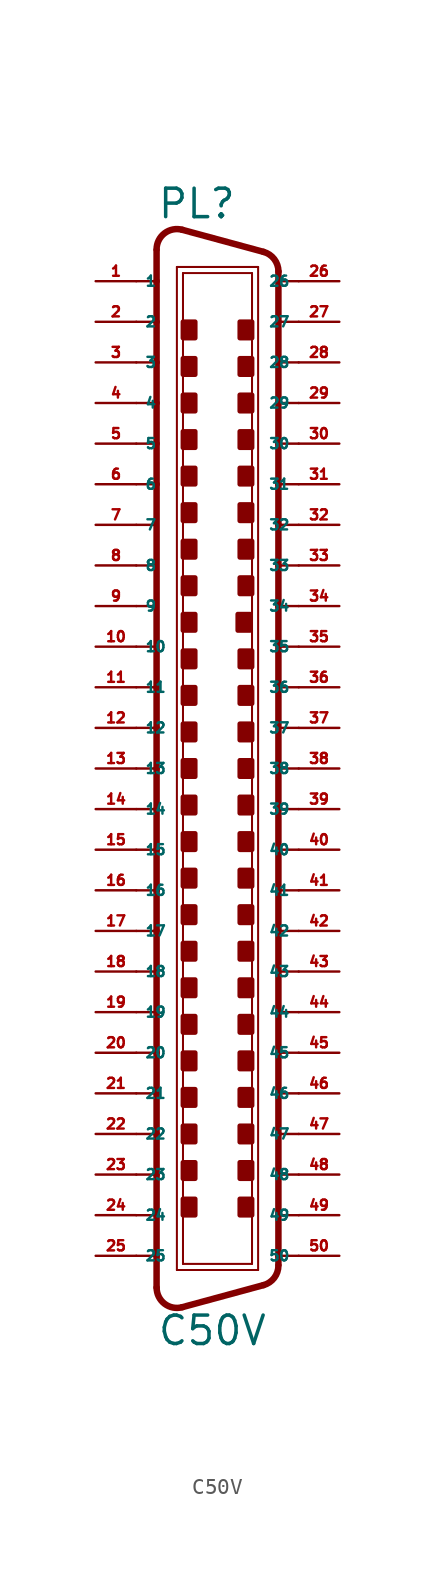
<source format=kicad_sym>
(kicad_symbol_lib
  (version 20220914)
  (generator Eagle2Kicad)
  (symbol "C50V"
    (property "Reference" "PL"
      (at -3.81 34.29 0)
      (effects (font (size 1.778 1.778) (thickness 0.22)) (justify left bottom)))
    (property "Value" "C50V"
      (at -3.81 -36.195 0)
      (effects (font (size 1.778 1.778) (thickness 0.22)) (justify left bottom)))
    (polyline
      (pts (xy -2.54 31.369) (xy 2.54 31.369))
      (stroke (width 0.127) (type default))
      (fill (type none)))
    (polyline
      (pts (xy -2.54 -31.369) (xy 2.54 -31.369))
      (stroke (width 0.127) (type default))
      (fill (type none)))
    (polyline
      (pts (xy -2.159 30.988) (xy 2.159 30.988))
      (stroke (width 0.127) (type default))
      (fill (type none)))
    (polyline
      (pts (xy 2.159 -30.988) (xy -2.159 -30.988))
      (stroke (width 0.127) (type default))
      (fill (type none)))
    (polyline
      (pts (xy 2.873 32.315) (xy -2.207 33.695))
      (stroke (width 0.406) (type default))
      (fill (type none)))
    (polyline
      (pts (xy 2.873 -32.315) (xy -2.207 -33.695))
      (stroke (width 0.406) (type default))
      (fill (type none)))
    (polyline
      (pts (xy -2.54 -31.369) (xy -2.54 31.369))
      (stroke (width 0.127) (type default))
      (fill (type none)))
    (polyline
      (pts (xy -3.81 32.424) (xy -3.81 30.48))
      (stroke (width 0.406) (type default))
      (fill (type none)))
    (polyline
      (pts (xy -3.81 30.48) (xy -3.81 27.94))
      (stroke (width 0.406) (type default))
      (fill (type none)))
    (polyline
      (pts (xy -3.81 27.94) (xy -3.81 25.4))
      (stroke (width 0.406) (type default))
      (fill (type none)))
    (polyline
      (pts (xy -3.81 25.4) (xy -3.81 22.86))
      (stroke (width 0.406) (type default))
      (fill (type none)))
    (polyline
      (pts (xy -3.81 22.86) (xy -3.81 20.32))
      (stroke (width 0.406) (type default))
      (fill (type none)))
    (polyline
      (pts (xy -3.81 20.32) (xy -3.81 17.78))
      (stroke (width 0.406) (type default))
      (fill (type none)))
    (polyline
      (pts (xy -3.81 17.78) (xy -3.81 5.08))
      (stroke (width 0.406) (type default))
      (fill (type none)))
    (polyline
      (pts (xy -3.81 5.08) (xy -3.81 2.54))
      (stroke (width 0.406) (type default))
      (fill (type none)))
    (polyline
      (pts (xy -3.81 2.54) (xy -3.81 0))
      (stroke (width 0.406) (type default))
      (fill (type none)))
    (polyline
      (pts (xy -3.81 0) (xy -3.81 -2.54))
      (stroke (width 0.406) (type default))
      (fill (type none)))
    (polyline
      (pts (xy -3.81 -2.54) (xy -3.81 -5.08))
      (stroke (width 0.406) (type default))
      (fill (type none)))
    (polyline
      (pts (xy -3.81 -5.08) (xy -3.81 -7.62))
      (stroke (width 0.406) (type default))
      (fill (type none)))
    (polyline
      (pts (xy -3.81 -7.62) (xy -3.81 -10.16))
      (stroke (width 0.406) (type default))
      (fill (type none)))
    (polyline
      (pts (xy -3.81 -10.16) (xy -3.81 -17.78))
      (stroke (width 0.406) (type default))
      (fill (type none)))
    (polyline
      (pts (xy -3.81 -17.78) (xy -3.81 -20.32))
      (stroke (width 0.406) (type default))
      (fill (type none)))
    (polyline
      (pts (xy -3.81 -20.32) (xy -3.81 -22.86))
      (stroke (width 0.406) (type default))
      (fill (type none)))
    (polyline
      (pts (xy -3.81 -22.86) (xy -3.81 -25.4))
      (stroke (width 0.406) (type default))
      (fill (type none)))
    (polyline
      (pts (xy -3.81 -25.4) (xy -3.81 -27.94))
      (stroke (width 0.406) (type default))
      (fill (type none)))
    (polyline
      (pts (xy -3.81 -27.94) (xy -3.81 -30.48))
      (stroke (width 0.406) (type default))
      (fill (type none)))
    (polyline
      (pts (xy -3.81 -30.48) (xy -3.81 -32.47))
      (stroke (width 0.406) (type default))
      (fill (type none)))
    (arc
      (start -3.81 -32.4698)
      (mid -3.311 -33.479)
      (end -2.207 -33.6954)
      (stroke (width 0.4064) (type default))
      (fill (type none)))
    (arc
      (start -2.207 33.6953)
      (mid -3.311 33.479)
      (end -3.81 32.4698)
      (stroke (width 0.4064) (type default))
      (fill (type none)))
    (polyline
      (pts (xy -2.159 -30.988) (xy -2.159 30.988))
      (stroke (width 0.127) (type default))
      (fill (type none)))
    (polyline
      (pts (xy 2.54 -31.369) (xy 2.54 31.369))
      (stroke (width 0.127) (type default))
      (fill (type none)))
    (polyline
      (pts (xy 3.81 -31.044) (xy 3.81 -30.48))
      (stroke (width 0.406) (type default))
      (fill (type none)))
    (polyline
      (pts (xy 3.81 -30.48) (xy 3.81 -27.94))
      (stroke (width 0.406) (type default))
      (fill (type none)))
    (polyline
      (pts (xy 3.81 -27.94) (xy 3.81 -25.4))
      (stroke (width 0.406) (type default))
      (fill (type none)))
    (polyline
      (pts (xy 3.81 -25.4) (xy 3.81 -22.86))
      (stroke (width 0.406) (type default))
      (fill (type none)))
    (polyline
      (pts (xy 3.81 -22.86) (xy 3.81 -20.32))
      (stroke (width 0.406) (type default))
      (fill (type none)))
    (polyline
      (pts (xy 3.81 -20.32) (xy 3.81 -17.78))
      (stroke (width 0.406) (type default))
      (fill (type none)))
    (polyline
      (pts (xy 3.81 -17.78) (xy 3.81 -10.16))
      (stroke (width 0.406) (type default))
      (fill (type none)))
    (polyline
      (pts (xy 3.81 -10.16) (xy 3.81 -7.62))
      (stroke (width 0.406) (type default))
      (fill (type none)))
    (polyline
      (pts (xy 3.81 -7.62) (xy 3.81 -5.08))
      (stroke (width 0.406) (type default))
      (fill (type none)))
    (polyline
      (pts (xy 3.81 -5.08) (xy 3.81 -2.54))
      (stroke (width 0.406) (type default))
      (fill (type none)))
    (polyline
      (pts (xy 3.81 -2.54) (xy 3.81 10.16))
      (stroke (width 0.406) (type default))
      (fill (type none)))
    (polyline
      (pts (xy 3.81 10.16) (xy 3.81 12.7))
      (stroke (width 0.406) (type default))
      (fill (type none)))
    (polyline
      (pts (xy 3.81 12.7) (xy 3.81 15.24))
      (stroke (width 0.406) (type default))
      (fill (type none)))
    (polyline
      (pts (xy 3.81 15.24) (xy 3.81 17.78))
      (stroke (width 0.406) (type default))
      (fill (type none)))
    (polyline
      (pts (xy 3.81 17.78) (xy 3.81 20.32))
      (stroke (width 0.406) (type default))
      (fill (type none)))
    (polyline
      (pts (xy 3.81 20.32) (xy 3.81 22.86))
      (stroke (width 0.406) (type default))
      (fill (type none)))
    (polyline
      (pts (xy 3.81 22.86) (xy 3.81 25.4))
      (stroke (width 0.406) (type default))
      (fill (type none)))
    (polyline
      (pts (xy 3.81 25.4) (xy 3.81 27.94))
      (stroke (width 0.406) (type default))
      (fill (type none)))
    (polyline
      (pts (xy 3.81 27.94) (xy 3.81 30.48))
      (stroke (width 0.406) (type default))
      (fill (type none)))
    (polyline
      (pts (xy 3.81 30.48) (xy 3.81 31.09))
      (stroke (width 0.406) (type default))
      (fill (type none)))
    (arc
      (start 2.873 -32.3151)
      (mid 3.549 -31.861)
      (end 3.81 -31.0896)
      (stroke (width 0.4064) (type default))
      (fill (type none)))
    (polyline
      (pts (xy 2.159 30.988) (xy 2.159 -30.988))
      (stroke (width 0.127) (type default))
      (fill (type none)))
    (arc
      (start 3.81 31.0896)
      (mid 3.549 31.861)
      (end 2.873 32.3152)
      (stroke (width 0.4064) (type default))
      (fill (type none)))
    (polyline
      (pts (xy -5.08 30.48) (xy -3.81 30.48))
      (stroke (width 0.152) (type default))
      (fill (type none)))
    (polyline
      (pts (xy -5.08 27.94) (xy -3.81 27.94))
      (stroke (width 0.152) (type default))
      (fill (type none)))
    (polyline
      (pts (xy -5.08 25.4) (xy -3.81 25.4))
      (stroke (width 0.152) (type default))
      (fill (type none)))
    (polyline
      (pts (xy -5.08 -22.86) (xy -3.81 -22.86))
      (stroke (width 0.152) (type default))
      (fill (type none)))
    (polyline
      (pts (xy -5.08 -25.4) (xy -3.81 -25.4))
      (stroke (width 0.152) (type default))
      (fill (type none)))
    (polyline
      (pts (xy -5.08 -27.94) (xy -3.81 -27.94))
      (stroke (width 0.152) (type default))
      (fill (type none)))
    (polyline
      (pts (xy -5.08 -30.48) (xy -3.81 -30.48))
      (stroke (width 0.152) (type default))
      (fill (type none)))
    (polyline
      (pts (xy 5.08 -30.48) (xy 3.81 -30.48))
      (stroke (width 0.152) (type default))
      (fill (type none)))
    (polyline
      (pts (xy 5.08 -27.94) (xy 3.81 -27.94))
      (stroke (width 0.152) (type default))
      (fill (type none)))
    (polyline
      (pts (xy 5.08 -25.4) (xy 3.81 -25.4))
      (stroke (width 0.152) (type default))
      (fill (type none)))
    (polyline
      (pts (xy 5.08 -22.86) (xy 3.81 -22.86))
      (stroke (width 0.152) (type default))
      (fill (type none)))
    (polyline
      (pts (xy 5.08 25.4) (xy 3.81 25.4))
      (stroke (width 0.152) (type default))
      (fill (type none)))
    (polyline
      (pts (xy 5.08 27.94) (xy 3.81 27.94))
      (stroke (width 0.152) (type default))
      (fill (type none)))
    (polyline
      (pts (xy 5.08 30.48) (xy 3.81 30.48))
      (stroke (width 0.152) (type default))
      (fill (type none)))
    (polyline
      (pts (xy 5.08 22.86) (xy 3.81 22.86))
      (stroke (width 0.152) (type default))
      (fill (type none)))
    (polyline
      (pts (xy 5.08 20.32) (xy 3.81 20.32))
      (stroke (width 0.152) (type default))
      (fill (type none)))
    (polyline
      (pts (xy 5.08 17.78) (xy 3.81 17.78))
      (stroke (width 0.152) (type default))
      (fill (type none)))
    (polyline
      (pts (xy 5.08 -17.78) (xy 3.81 -17.78))
      (stroke (width 0.152) (type default))
      (fill (type none)))
    (polyline
      (pts (xy 5.08 -20.32) (xy 3.81 -20.32))
      (stroke (width 0.152) (type default))
      (fill (type none)))
    (polyline
      (pts (xy -3.81 22.86) (xy -5.08 22.86))
      (stroke (width 0.152) (type default))
      (fill (type none)))
    (polyline
      (pts (xy -3.81 20.32) (xy -5.08 20.32))
      (stroke (width 0.152) (type default))
      (fill (type none)))
    (polyline
      (pts (xy -3.81 17.78) (xy -5.08 17.78))
      (stroke (width 0.152) (type default))
      (fill (type none)))
    (polyline
      (pts (xy -3.81 -17.78) (xy -5.08 -17.78))
      (stroke (width 0.152) (type default))
      (fill (type none)))
    (polyline
      (pts (xy -3.81 -20.32) (xy -5.08 -20.32))
      (stroke (width 0.152) (type default))
      (fill (type none)))
    (polyline
      (pts (xy -5.08 10.16) (xy -3.81 10.16))
      (stroke (width 0.152) (type default))
      (fill (type none)))
    (polyline
      (pts (xy -5.08 7.62) (xy -3.81 7.62))
      (stroke (width 0.152) (type default))
      (fill (type none)))
    (polyline
      (pts (xy -5.08 -12.7) (xy -3.81 -12.7))
      (stroke (width 0.152) (type default))
      (fill (type none)))
    (polyline
      (pts (xy -5.08 -15.24) (xy -3.81 -15.24))
      (stroke (width 0.152) (type default))
      (fill (type none)))
    (polyline
      (pts (xy -3.81 15.24) (xy -5.08 15.24))
      (stroke (width 0.152) (type default))
      (fill (type none)))
    (polyline
      (pts (xy -3.81 12.7) (xy -5.08 12.7))
      (stroke (width 0.152) (type default))
      (fill (type none)))
    (polyline
      (pts (xy 5.08 0) (xy 3.81 0))
      (stroke (width 0.152) (type default))
      (fill (type none)))
    (polyline
      (pts (xy 5.08 2.54) (xy 3.81 2.54))
      (stroke (width 0.152) (type default))
      (fill (type none)))
    (polyline
      (pts (xy 5.08 5.08) (xy 3.81 5.08))
      (stroke (width 0.152) (type default))
      (fill (type none)))
    (polyline
      (pts (xy 5.08 7.62) (xy 3.81 7.62))
      (stroke (width 0.152) (type default))
      (fill (type none)))
    (polyline
      (pts (xy 3.81 -15.24) (xy 5.08 -15.24))
      (stroke (width 0.152) (type default))
      (fill (type none)))
    (polyline
      (pts (xy 3.81 -12.7) (xy 5.08 -12.7))
      (stroke (width 0.152) (type default))
      (fill (type none)))
    (polyline
      (pts (xy -5.08 5.08) (xy -3.81 5.08))
      (stroke (width 0.152) (type default))
      (fill (type none)))
    (polyline
      (pts (xy -5.08 2.54) (xy -3.81 2.54))
      (stroke (width 0.152) (type default))
      (fill (type none)))
    (polyline
      (pts (xy -5.08 0) (xy -3.81 0))
      (stroke (width 0.152) (type default))
      (fill (type none)))
    (polyline
      (pts (xy -5.08 -2.54) (xy -3.81 -2.54))
      (stroke (width 0.152) (type default))
      (fill (type none)))
    (polyline
      (pts (xy -5.08 -5.08) (xy -3.81 -5.08))
      (stroke (width 0.152) (type default))
      (fill (type none)))
    (polyline
      (pts (xy -5.08 -7.62) (xy -3.81 -7.62))
      (stroke (width 0.152) (type default))
      (fill (type none)))
    (polyline
      (pts (xy -5.08 -10.16) (xy -3.81 -10.16))
      (stroke (width 0.152) (type default))
      (fill (type none)))
    (polyline
      (pts (xy 5.08 -2.54) (xy 3.81 -2.54))
      (stroke (width 0.152) (type default))
      (fill (type none)))
    (polyline
      (pts (xy 5.08 -5.08) (xy 3.81 -5.08))
      (stroke (width 0.152) (type default))
      (fill (type none)))
    (polyline
      (pts (xy 5.08 -7.62) (xy 3.81 -7.62))
      (stroke (width 0.152) (type default))
      (fill (type none)))
    (polyline
      (pts (xy 5.08 -10.16) (xy 3.81 -10.16))
      (stroke (width 0.152) (type default))
      (fill (type none)))
    (polyline
      (pts (xy 5.08 15.24) (xy 3.81 15.24))
      (stroke (width 0.152) (type default))
      (fill (type none)))
    (polyline
      (pts (xy 5.08 12.7) (xy 3.81 12.7))
      (stroke (width 0.152) (type default))
      (fill (type none)))
    (polyline
      (pts (xy 5.08 10.16) (xy 3.81 10.16))
      (stroke (width 0.152) (type default))
      (fill (type none)))
    (rectangle
      (start -2.159 26.924)
      (end -1.397 27.94)
      (stroke (width 0.3) (type default))
      (fill (type outline)))
    (rectangle
      (start -2.159 24.638)
      (end -1.397 25.654)
      (stroke (width 0.3) (type default))
      (fill (type outline)))
    (rectangle
      (start 1.397 26.924)
      (end 2.159 27.94)
      (stroke (width 0.3) (type default))
      (fill (type outline)))
    (rectangle
      (start 1.397 24.638)
      (end 2.159 25.654)
      (stroke (width 0.3) (type default))
      (fill (type outline)))
    (rectangle
      (start -2.159 22.352)
      (end -1.397 23.368)
      (stroke (width 0.3) (type default))
      (fill (type outline)))
    (rectangle
      (start -2.159 20.066)
      (end -1.397 21.082)
      (stroke (width 0.3) (type default))
      (fill (type outline)))
    (rectangle
      (start 1.397 22.352)
      (end 2.159 23.368)
      (stroke (width 0.3) (type default))
      (fill (type outline)))
    (rectangle
      (start 1.397 20.066)
      (end 2.159 21.082)
      (stroke (width 0.3) (type default))
      (fill (type outline)))
    (rectangle
      (start -2.159 17.78)
      (end -1.397 18.796)
      (stroke (width 0.3) (type default))
      (fill (type outline)))
    (rectangle
      (start -2.159 -21.082)
      (end -1.397 -20.066)
      (stroke (width 0.3) (type default))
      (fill (type outline)))
    (rectangle
      (start 1.397 -21.082)
      (end 2.159 -20.066)
      (stroke (width 0.3) (type default))
      (fill (type outline)))
    (rectangle
      (start 1.397 -23.368)
      (end 2.159 -22.352)
      (stroke (width 0.3) (type default))
      (fill (type outline)))
    (rectangle
      (start -2.159 -23.368)
      (end -1.397 -22.352)
      (stroke (width 0.3) (type default))
      (fill (type outline)))
    (rectangle
      (start -2.159 -25.654)
      (end -1.397 -24.638)
      (stroke (width 0.3) (type default))
      (fill (type outline)))
    (rectangle
      (start 1.397 -18.796)
      (end 2.159 -17.78)
      (stroke (width 0.3) (type default))
      (fill (type outline)))
    (rectangle
      (start 1.397 -25.654)
      (end 2.159 -24.638)
      (stroke (width 0.3) (type default))
      (fill (type outline)))
    (rectangle
      (start -2.159 -27.94)
      (end -1.397 -26.924)
      (stroke (width 0.3) (type default))
      (fill (type outline)))
    (rectangle
      (start 1.397 -27.94)
      (end 2.159 -26.924)
      (stroke (width 0.3) (type default))
      (fill (type outline)))
    (rectangle
      (start -2.159 15.494)
      (end -1.397 16.51)
      (stroke (width 0.3) (type default))
      (fill (type outline)))
    (rectangle
      (start -2.159 -16.51)
      (end -1.397 -15.494)
      (stroke (width 0.3) (type default))
      (fill (type outline)))
    (rectangle
      (start -2.159 -18.796)
      (end -1.397 -17.78)
      (stroke (width 0.3) (type default))
      (fill (type outline)))
    (rectangle
      (start 1.397 -16.51)
      (end 2.159 -15.494)
      (stroke (width 0.3) (type default))
      (fill (type outline)))
    (rectangle
      (start 1.397 15.494)
      (end 2.159 16.51)
      (stroke (width 0.3) (type default))
      (fill (type outline)))
    (rectangle
      (start 1.397 17.78)
      (end 2.159 18.796)
      (stroke (width 0.3) (type default))
      (fill (type outline)))
    (rectangle
      (start -2.159 6.35)
      (end -1.397 7.366)
      (stroke (width 0.3) (type default))
      (fill (type outline)))
    (rectangle
      (start -2.159 4.064)
      (end -1.397 5.08)
      (stroke (width 0.3) (type default))
      (fill (type outline)))
    (rectangle
      (start -2.159 1.778)
      (end -1.397 2.794)
      (stroke (width 0.3) (type default))
      (fill (type outline)))
    (rectangle
      (start -2.159 -0.508)
      (end -1.397 0.508)
      (stroke (width 0.3) (type default))
      (fill (type outline)))
    (rectangle
      (start -2.159 -11.938)
      (end -1.397 -10.922)
      (stroke (width 0.3) (type default))
      (fill (type outline)))
    (rectangle
      (start -2.159 -14.224)
      (end -1.397 -13.208)
      (stroke (width 0.3) (type default))
      (fill (type outline)))
    (rectangle
      (start 1.397 6.35)
      (end 2.159 7.366)
      (stroke (width 0.3) (type default))
      (fill (type outline)))
    (rectangle
      (start 1.397 4.064)
      (end 2.159 5.08)
      (stroke (width 0.3) (type default))
      (fill (type outline)))
    (rectangle
      (start 1.397 1.778)
      (end 2.159 2.794)
      (stroke (width 0.3) (type default))
      (fill (type outline)))
    (rectangle
      (start 1.397 -0.508)
      (end 2.159 0.508)
      (stroke (width 0.3) (type default))
      (fill (type outline)))
    (rectangle
      (start 1.397 -11.938)
      (end 2.159 -10.922)
      (stroke (width 0.3) (type default))
      (fill (type outline)))
    (rectangle
      (start 1.397 -14.224)
      (end 2.159 -13.208)
      (stroke (width 0.3) (type default))
      (fill (type outline)))
    (rectangle
      (start -2.159 13.208)
      (end -1.397 14.224)
      (stroke (width 0.3) (type default))
      (fill (type outline)))
    (rectangle
      (start 1.397 13.208)
      (end 2.159 14.224)
      (stroke (width 0.3) (type default))
      (fill (type outline)))
    (rectangle
      (start -2.159 10.922)
      (end -1.397 11.938)
      (stroke (width 0.3) (type default))
      (fill (type outline)))
    (rectangle
      (start 1.397 10.922)
      (end 2.159 11.938)
      (stroke (width 0.3) (type default))
      (fill (type outline)))
    (rectangle
      (start -2.159 8.636)
      (end -1.397 9.652)
      (stroke (width 0.3) (type default))
      (fill (type outline)))
    (rectangle
      (start 1.27 8.636)
      (end 2.032 9.652)
      (stroke (width 0.3) (type default))
      (fill (type outline)))
    (rectangle
      (start -2.159 -2.794)
      (end -1.397 -1.778)
      (stroke (width 0.3) (type default))
      (fill (type outline)))
    (rectangle
      (start -2.159 -5.08)
      (end -1.397 -4.064)
      (stroke (width 0.3) (type default))
      (fill (type outline)))
    (rectangle
      (start -2.159 -7.366)
      (end -1.397 -6.35)
      (stroke (width 0.3) (type default))
      (fill (type outline)))
    (rectangle
      (start -2.159 -9.652)
      (end -1.397 -8.636)
      (stroke (width 0.3) (type default))
      (fill (type outline)))
    (rectangle
      (start 1.397 -2.794)
      (end 2.159 -1.778)
      (stroke (width 0.3) (type default))
      (fill (type outline)))
    (rectangle
      (start 1.397 -5.08)
      (end 2.159 -4.064)
      (stroke (width 0.3) (type default))
      (fill (type outline)))
    (rectangle
      (start 1.397 -7.366)
      (end 2.159 -6.35)
      (stroke (width 0.3) (type default))
      (fill (type outline)))
    (rectangle
      (start 1.397 -9.652)
      (end 2.159 -8.636)
      (stroke (width 0.3) (type default))
      (fill (type outline)))
    (pin passive line
      (at -7.62 30.48 0)
      (length 2.54)
      (name "1" (effects (font (size 0.635 0.635) (thickness 0.08)) (justify left bottom)))
      (number "1" (effects (font (size 0.635 0.635) (thickness 0.08)) (justify left bottom))))
    (pin passive line
      (at -7.62 27.94 0)
      (length 2.54)
      (name "2" (effects (font (size 0.635 0.635) (thickness 0.08)) (justify left bottom)))
      (number "2" (effects (font (size 0.635 0.635) (thickness 0.08)) (justify left bottom))))
    (pin passive line
      (at -7.62 25.4 0)
      (length 2.54)
      (name "3" (effects (font (size 0.635 0.635) (thickness 0.08)) (justify left bottom)))
      (number "3" (effects (font (size 0.635 0.635) (thickness 0.08)) (justify left bottom))))
    (pin passive line
      (at -7.62 22.86 0)
      (length 2.54)
      (name "4" (effects (font (size 0.635 0.635) (thickness 0.08)) (justify left bottom)))
      (number "4" (effects (font (size 0.635 0.635) (thickness 0.08)) (justify left bottom))))
    (pin passive line
      (at -7.62 20.32 0)
      (length 2.54)
      (name "5" (effects (font (size 0.635 0.635) (thickness 0.08)) (justify left bottom)))
      (number "5" (effects (font (size 0.635 0.635) (thickness 0.08)) (justify left bottom))))
    (pin passive line
      (at -7.62 17.78 0)
      (length 2.54)
      (name "6" (effects (font (size 0.635 0.635) (thickness 0.08)) (justify left bottom)))
      (number "6" (effects (font (size 0.635 0.635) (thickness 0.08)) (justify left bottom))))
    (pin passive line
      (at -7.62 15.24 0)
      (length 2.54)
      (name "7" (effects (font (size 0.635 0.635) (thickness 0.08)) (justify left bottom)))
      (number "7" (effects (font (size 0.635 0.635) (thickness 0.08)) (justify left bottom))))
    (pin passive line
      (at -7.62 12.7 0)
      (length 2.54)
      (name "8" (effects (font (size 0.635 0.635) (thickness 0.08)) (justify left bottom)))
      (number "8" (effects (font (size 0.635 0.635) (thickness 0.08)) (justify left bottom))))
    (pin passive line
      (at -7.62 10.16 0)
      (length 2.54)
      (name "9" (effects (font (size 0.635 0.635) (thickness 0.08)) (justify left bottom)))
      (number "9" (effects (font (size 0.635 0.635) (thickness 0.08)) (justify left bottom))))
    (pin passive line
      (at -7.62 7.62 0)
      (length 2.54)
      (name "10" (effects (font (size 0.635 0.635) (thickness 0.08)) (justify left bottom)))
      (number "10" (effects (font (size 0.635 0.635) (thickness 0.08)) (justify left bottom))))
    (pin passive line
      (at -7.62 5.08 0)
      (length 2.54)
      (name "11" (effects (font (size 0.635 0.635) (thickness 0.08)) (justify left bottom)))
      (number "11" (effects (font (size 0.635 0.635) (thickness 0.08)) (justify left bottom))))
    (pin passive line
      (at -7.62 2.54 0)
      (length 2.54)
      (name "12" (effects (font (size 0.635 0.635) (thickness 0.08)) (justify left bottom)))
      (number "12" (effects (font (size 0.635 0.635) (thickness 0.08)) (justify left bottom))))
    (pin passive line
      (at -7.62 0 0)
      (length 2.54)
      (name "13" (effects (font (size 0.635 0.635) (thickness 0.08)) (justify left bottom)))
      (number "13" (effects (font (size 0.635 0.635) (thickness 0.08)) (justify left bottom))))
    (pin passive line
      (at -7.62 -2.54 0)
      (length 2.54)
      (name "14" (effects (font (size 0.635 0.635) (thickness 0.08)) (justify left bottom)))
      (number "14" (effects (font (size 0.635 0.635) (thickness 0.08)) (justify left bottom))))
    (pin passive line
      (at -7.62 -5.08 0)
      (length 2.54)
      (name "15" (effects (font (size 0.635 0.635) (thickness 0.08)) (justify left bottom)))
      (number "15" (effects (font (size 0.635 0.635) (thickness 0.08)) (justify left bottom))))
    (pin passive line
      (at -7.62 -7.62 0)
      (length 2.54)
      (name "16" (effects (font (size 0.635 0.635) (thickness 0.08)) (justify left bottom)))
      (number "16" (effects (font (size 0.635 0.635) (thickness 0.08)) (justify left bottom))))
    (pin passive line
      (at -7.62 -10.16 0)
      (length 2.54)
      (name "17" (effects (font (size 0.635 0.635) (thickness 0.08)) (justify left bottom)))
      (number "17" (effects (font (size 0.635 0.635) (thickness 0.08)) (justify left bottom))))
    (pin passive line
      (at -7.62 -12.7 0)
      (length 2.54)
      (name "18" (effects (font (size 0.635 0.635) (thickness 0.08)) (justify left bottom)))
      (number "18" (effects (font (size 0.635 0.635) (thickness 0.08)) (justify left bottom))))
    (pin passive line
      (at -7.62 -15.24 0)
      (length 2.54)
      (name "19" (effects (font (size 0.635 0.635) (thickness 0.08)) (justify left bottom)))
      (number "19" (effects (font (size 0.635 0.635) (thickness 0.08)) (justify left bottom))))
    (pin passive line
      (at -7.62 -17.78 0)
      (length 2.54)
      (name "20" (effects (font (size 0.635 0.635) (thickness 0.08)) (justify left bottom)))
      (number "20" (effects (font (size 0.635 0.635) (thickness 0.08)) (justify left bottom))))
    (pin passive line
      (at -7.62 -20.32 0)
      (length 2.54)
      (name "21" (effects (font (size 0.635 0.635) (thickness 0.08)) (justify left bottom)))
      (number "21" (effects (font (size 0.635 0.635) (thickness 0.08)) (justify left bottom))))
    (pin passive line
      (at -7.62 -22.86 0)
      (length 2.54)
      (name "22" (effects (font (size 0.635 0.635) (thickness 0.08)) (justify left bottom)))
      (number "22" (effects (font (size 0.635 0.635) (thickness 0.08)) (justify left bottom))))
    (pin passive line
      (at -7.62 -25.4 0)
      (length 2.54)
      (name "23" (effects (font (size 0.635 0.635) (thickness 0.08)) (justify left bottom)))
      (number "23" (effects (font (size 0.635 0.635) (thickness 0.08)) (justify left bottom))))
    (pin passive line
      (at -7.62 -27.94 0)
      (length 2.54)
      (name "24" (effects (font (size 0.635 0.635) (thickness 0.08)) (justify left bottom)))
      (number "24" (effects (font (size 0.635 0.635) (thickness 0.08)) (justify left bottom))))
    (pin passive line
      (at -7.62 -30.48 0)
      (length 2.54)
      (name "25" (effects (font (size 0.635 0.635) (thickness 0.08)) (justify left bottom)))
      (number "25" (effects (font (size 0.635 0.635) (thickness 0.08)) (justify left bottom))))
    (pin passive line
      (at 7.62 30.48 180)
      (length 2.54)
      (name "26" (effects (font (size 0.635 0.635) (thickness 0.08)) (justify left bottom)))
      (number "26" (effects (font (size 0.635 0.635) (thickness 0.08)) (justify left bottom))))
    (pin passive line
      (at 7.62 27.94 180)
      (length 2.54)
      (name "27" (effects (font (size 0.635 0.635) (thickness 0.08)) (justify left bottom)))
      (number "27" (effects (font (size 0.635 0.635) (thickness 0.08)) (justify left bottom))))
    (pin passive line
      (at 7.62 25.4 180)
      (length 2.54)
      (name "28" (effects (font (size 0.635 0.635) (thickness 0.08)) (justify left bottom)))
      (number "28" (effects (font (size 0.635 0.635) (thickness 0.08)) (justify left bottom))))
    (pin passive line
      (at 7.62 22.86 180)
      (length 2.54)
      (name "29" (effects (font (size 0.635 0.635) (thickness 0.08)) (justify left bottom)))
      (number "29" (effects (font (size 0.635 0.635) (thickness 0.08)) (justify left bottom))))
    (pin passive line
      (at 7.62 20.32 180)
      (length 2.54)
      (name "30" (effects (font (size 0.635 0.635) (thickness 0.08)) (justify left bottom)))
      (number "30" (effects (font (size 0.635 0.635) (thickness 0.08)) (justify left bottom))))
    (pin passive line
      (at 7.62 17.78 180)
      (length 2.54)
      (name "31" (effects (font (size 0.635 0.635) (thickness 0.08)) (justify left bottom)))
      (number "31" (effects (font (size 0.635 0.635) (thickness 0.08)) (justify left bottom))))
    (pin passive line
      (at 7.62 15.24 180)
      (length 2.54)
      (name "32" (effects (font (size 0.635 0.635) (thickness 0.08)) (justify left bottom)))
      (number "32" (effects (font (size 0.635 0.635) (thickness 0.08)) (justify left bottom))))
    (pin passive line
      (at 7.62 12.7 180)
      (length 2.54)
      (name "33" (effects (font (size 0.635 0.635) (thickness 0.08)) (justify left bottom)))
      (number "33" (effects (font (size 0.635 0.635) (thickness 0.08)) (justify left bottom))))
    (pin passive line
      (at 7.62 10.16 180)
      (length 2.54)
      (name "34" (effects (font (size 0.635 0.635) (thickness 0.08)) (justify left bottom)))
      (number "34" (effects (font (size 0.635 0.635) (thickness 0.08)) (justify left bottom))))
    (pin passive line
      (at 7.62 7.62 180)
      (length 2.54)
      (name "35" (effects (font (size 0.635 0.635) (thickness 0.08)) (justify left bottom)))
      (number "35" (effects (font (size 0.635 0.635) (thickness 0.08)) (justify left bottom))))
    (pin passive line
      (at 7.62 5.08 180)
      (length 2.54)
      (name "36" (effects (font (size 0.635 0.635) (thickness 0.08)) (justify left bottom)))
      (number "36" (effects (font (size 0.635 0.635) (thickness 0.08)) (justify left bottom))))
    (pin passive line
      (at 7.62 2.54 180)
      (length 2.54)
      (name "37" (effects (font (size 0.635 0.635) (thickness 0.08)) (justify left bottom)))
      (number "37" (effects (font (size 0.635 0.635) (thickness 0.08)) (justify left bottom))))
    (pin passive line
      (at 7.62 0 180)
      (length 2.54)
      (name "38" (effects (font (size 0.635 0.635) (thickness 0.08)) (justify left bottom)))
      (number "38" (effects (font (size 0.635 0.635) (thickness 0.08)) (justify left bottom))))
    (pin passive line
      (at 7.62 -2.54 180)
      (length 2.54)
      (name "39" (effects (font (size 0.635 0.635) (thickness 0.08)) (justify left bottom)))
      (number "39" (effects (font (size 0.635 0.635) (thickness 0.08)) (justify left bottom))))
    (pin passive line
      (at 7.62 -5.08 180)
      (length 2.54)
      (name "40" (effects (font (size 0.635 0.635) (thickness 0.08)) (justify left bottom)))
      (number "40" (effects (font (size 0.635 0.635) (thickness 0.08)) (justify left bottom))))
    (pin passive line
      (at 7.62 -7.62 180)
      (length 2.54)
      (name "41" (effects (font (size 0.635 0.635) (thickness 0.08)) (justify left bottom)))
      (number "41" (effects (font (size 0.635 0.635) (thickness 0.08)) (justify left bottom))))
    (pin passive line
      (at 7.62 -10.16 180)
      (length 2.54)
      (name "42" (effects (font (size 0.635 0.635) (thickness 0.08)) (justify left bottom)))
      (number "42" (effects (font (size 0.635 0.635) (thickness 0.08)) (justify left bottom))))
    (pin passive line
      (at 7.62 -12.7 180)
      (length 2.54)
      (name "43" (effects (font (size 0.635 0.635) (thickness 0.08)) (justify left bottom)))
      (number "43" (effects (font (size 0.635 0.635) (thickness 0.08)) (justify left bottom))))
    (pin passive line
      (at 7.62 -15.24 180)
      (length 2.54)
      (name "44" (effects (font (size 0.635 0.635) (thickness 0.08)) (justify left bottom)))
      (number "44" (effects (font (size 0.635 0.635) (thickness 0.08)) (justify left bottom))))
    (pin passive line
      (at 7.62 -17.78 180)
      (length 2.54)
      (name "45" (effects (font (size 0.635 0.635) (thickness 0.08)) (justify left bottom)))
      (number "45" (effects (font (size 0.635 0.635) (thickness 0.08)) (justify left bottom))))
    (pin passive line
      (at 7.62 -20.32 180)
      (length 2.54)
      (name "46" (effects (font (size 0.635 0.635) (thickness 0.08)) (justify left bottom)))
      (number "46" (effects (font (size 0.635 0.635) (thickness 0.08)) (justify left bottom))))
    (pin passive line
      (at 7.62 -22.86 180)
      (length 2.54)
      (name "47" (effects (font (size 0.635 0.635) (thickness 0.08)) (justify left bottom)))
      (number "47" (effects (font (size 0.635 0.635) (thickness 0.08)) (justify left bottom))))
    (pin passive line
      (at 7.62 -25.4 180)
      (length 2.54)
      (name "48" (effects (font (size 0.635 0.635) (thickness 0.08)) (justify left bottom)))
      (number "48" (effects (font (size 0.635 0.635) (thickness 0.08)) (justify left bottom))))
    (pin passive line
      (at 7.62 -27.94 180)
      (length 2.54)
      (name "49" (effects (font (size 0.635 0.635) (thickness 0.08)) (justify left bottom)))
      (number "49" (effects (font (size 0.635 0.635) (thickness 0.08)) (justify left bottom))))
    (pin passive line
      (at 7.62 -30.48 180)
      (length 2.54)
      (name "50" (effects (font (size 0.635 0.635) (thickness 0.08)) (justify left bottom)))
      (number "50" (effects (font (size 0.635 0.635) (thickness 0.08)) (justify left bottom))))))
</source>
